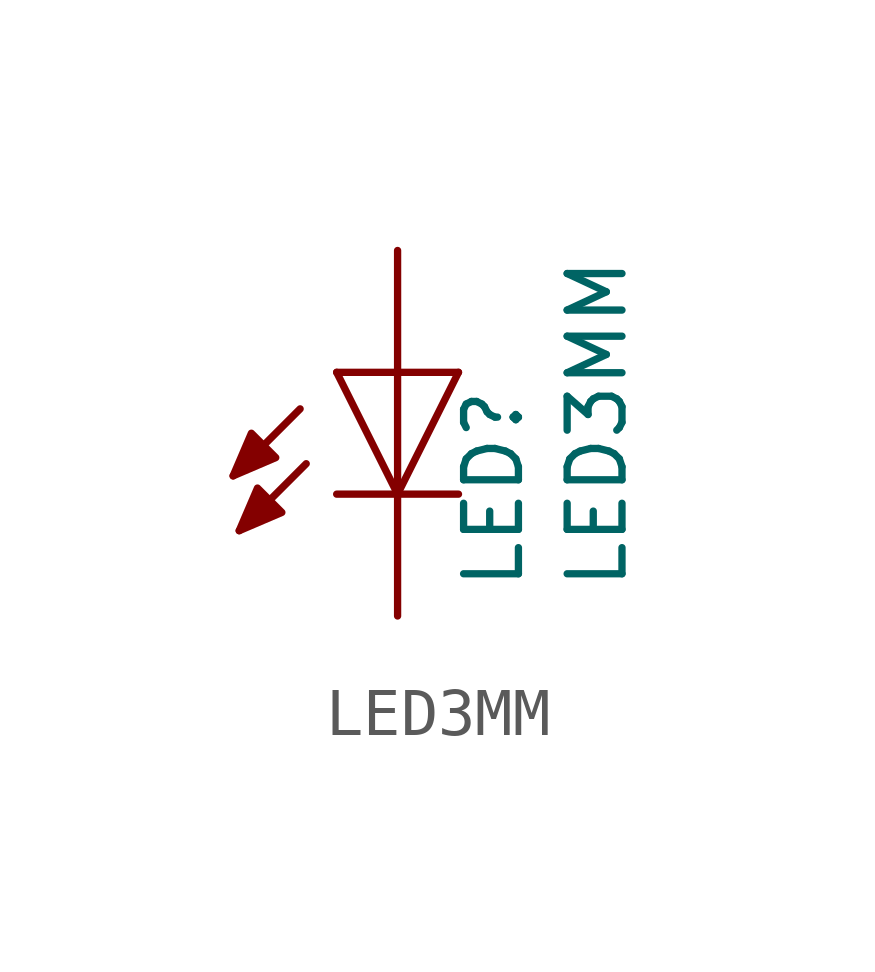
<source format=kicad_sym>
(kicad_symbol_lib
  (version 20211014)
  (generator kicad_symbol_editor)
  (symbol "LED3MM"
    (pin_numbers hide)
    (pin_names
      (offset 1.016) hide)
    (property "Reference" "LED"
      (at 2.667 -4.572 90)
      (effects (font (size 1.143 1.143)) (justify left bottom)))
    (property "Value" "LED3MM"
      (at 4.826 -4.572 90)
      (effects (font (size 1.143 1.143)) (justify left bottom)))
    (property "ki_locked" ""
      (at 0 0 0)
      (effects (font (size 1.27 1.27))))
    (symbol "LED3MM_1_0"
      (polyline (pts (xy -2.032 -0.762) (xy -3.429 -2.159)) (stroke (width 0) (type default) (color 0 0 0 0)) (fill (type none)))
      (polyline (pts (xy -1.905 -1.905) (xy -3.302 -3.302)) (stroke (width 0) (type default) (color 0 0 0 0)) (fill (type none)))
      (polyline (pts (xy 0 -2.54) (xy -1.27 -2.54)) (stroke (width 0) (type default) (color 0 0 0 0)) (fill (type none)))
      (polyline (pts (xy 0 -2.54) (xy -1.27 0)) (stroke (width 0) (type default) (color 0 0 0 0)) (fill (type none)))
      (polyline (pts (xy 0 0) (xy -1.27 0)) (stroke (width 0) (type default) (color 0 0 0 0)) (fill (type none)))
      (polyline (pts (xy 0 0) (xy 0 -2.54)) (stroke (width 0) (type default) (color 0 0 0 0)) (fill (type none)))
      (polyline (pts (xy 1.27 -2.54) (xy 0 -2.54)) (stroke (width 0) (type default) (color 0 0 0 0)) (fill (type none)))
      (polyline (pts (xy 1.27 0) (xy 0 -2.54)) (stroke (width 0) (type default) (color 0 0 0 0)) (fill (type none)))
      (polyline (pts (xy 1.27 0) (xy 0 0)) (stroke (width 0) (type default) (color 0 0 0 0)) (fill (type none))))
    (symbol "LED3MM_1_1"
      (polyline (pts (xy -3.429 -2.159) (xy -3.048 -1.27) (xy -3.048 -1.27) (xy -2.54 -1.778) (xy -2.54 -1.778) (xy -3.429 -2.159)) (stroke (width 0) (type default) (color 0 0 0 0)) (fill (type outline)))
      (polyline (pts (xy -3.302 -3.302) (xy -2.921 -2.413) (xy -2.921 -2.413) (xy -2.413 -2.921) (xy -2.413 -2.921) (xy -3.302 -3.302)) (stroke (width 0) (type default) (color 0 0 0 0)) (fill (type outline)))
      (pin passive line (at 0 2.54 270) (length 2.54) (name "A" (effects (font (size 1.016 1.016)))) (number "A" (effects (font (size 1.016 1.016)))))
      (pin passive line (at 0 -5.08 90) (length 2.54) (name "C" (effects (font (size 1.016 1.016)))) (number "K" (effects (font (size 1.016 1.016))))))))
</source>
